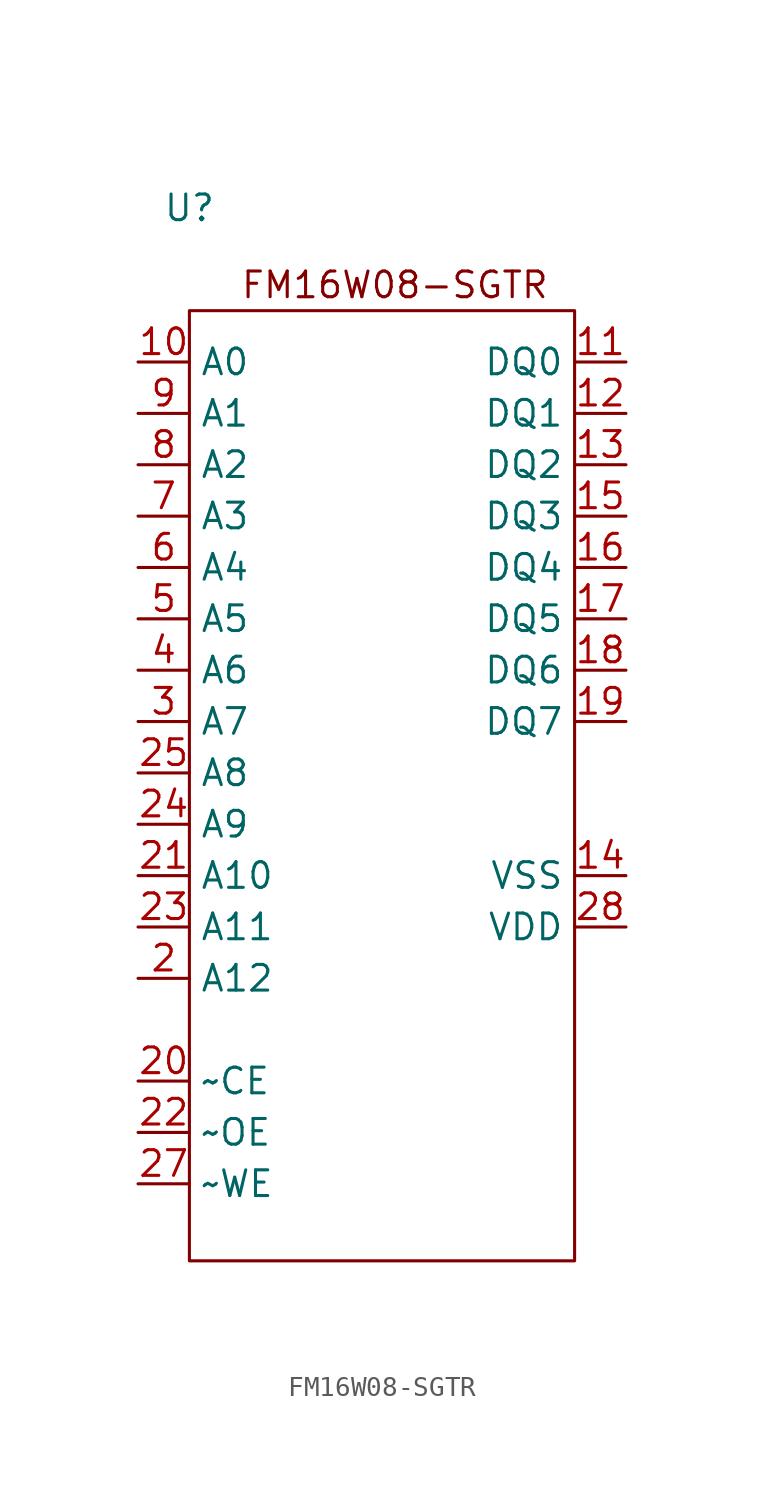
<source format=kicad_sym>
(kicad_symbol_lib
  (version 20220914)
  (generator kicad_symbol_editor)
  (symbol "FM16W08-SGTR"
    (property "Reference" "U"
      (at 0 3.81 0)
      (effects (font (size 1.27 1.27))))
    (property "Value" ""
      (at 0 0 0)
      (effects (font (size 1.27 1.27))))
    (symbol "FM16W08-SGTR_0_1"
      (rectangle (start 0 -1.27) (end 19.05 -48.26) (stroke (width 0) (type default)) (fill (type none)))
      (text "FM16W08-SGTR" (at 10.16 0 0) (effects (font (size 1.27 1.27)))))
    (symbol "FM16W08-SGTR_1_1"
      (pin no_connect line (at 21.59 -40.64 180) (length 2.54) hide (name "NC" (effects (font (size 1.27 1.27)))) (number "1" (effects (font (size 1.27 1.27)))))
      (pin input line (at -2.54 -3.81 0) (length 2.54) (name "A0" (effects (font (size 1.27 1.27)))) (number "10" (effects (font (size 1.27 1.27)))))
      (pin bidirectional line (at 21.59 -3.81 180) (length 2.54) (name "DQ0" (effects (font (size 1.27 1.27)))) (number "11" (effects (font (size 1.27 1.27)))))
      (pin bidirectional line (at 21.59 -6.35 180) (length 2.54) (name "DQ1" (effects (font (size 1.27 1.27)))) (number "12" (effects (font (size 1.27 1.27)))))
      (pin bidirectional line (at 21.59 -8.89 180) (length 2.54) (name "DQ2" (effects (font (size 1.27 1.27)))) (number "13" (effects (font (size 1.27 1.27)))))
      (pin power_in line (at 21.59 -29.21 180) (length 2.54) (name "VSS" (effects (font (size 1.27 1.27)))) (number "14" (effects (font (size 1.27 1.27)))))
      (pin bidirectional line (at 21.59 -11.43 180) (length 2.54) (name "DQ3" (effects (font (size 1.27 1.27)))) (number "15" (effects (font (size 1.27 1.27)))))
      (pin bidirectional line (at 21.59 -13.97 180) (length 2.54) (name "DQ4" (effects (font (size 1.27 1.27)))) (number "16" (effects (font (size 1.27 1.27)))))
      (pin bidirectional line (at 21.59 -16.51 180) (length 2.54) (name "DQ5" (effects (font (size 1.27 1.27)))) (number "17" (effects (font (size 1.27 1.27)))))
      (pin bidirectional line (at 21.59 -19.05 180) (length 2.54) (name "DQ6" (effects (font (size 1.27 1.27)))) (number "18" (effects (font (size 1.27 1.27)))))
      (pin bidirectional line (at 21.59 -21.59 180) (length 2.54) (name "DQ7" (effects (font (size 1.27 1.27)))) (number "19" (effects (font (size 1.27 1.27)))))
      (pin input line (at -2.54 -34.29 0) (length 2.54) (name "A12" (effects (font (size 1.27 1.27)))) (number "2" (effects (font (size 1.27 1.27)))))
      (pin input line (at -2.54 -39.37 0) (length 2.54) (name "~CE" (effects (font (size 1.27 1.27)))) (number "20" (effects (font (size 1.27 1.27)))))
      (pin input line (at -2.54 -29.21 0) (length 2.54) (name "A10" (effects (font (size 1.27 1.27)))) (number "21" (effects (font (size 1.27 1.27)))))
      (pin input line (at -2.54 -41.91 0) (length 2.54) (name "~OE" (effects (font (size 1.27 1.27)))) (number "22" (effects (font (size 1.27 1.27)))))
      (pin input line (at -2.54 -31.75 0) (length 2.54) (name "A11" (effects (font (size 1.27 1.27)))) (number "23" (effects (font (size 1.27 1.27)))))
      (pin input line (at -2.54 -26.67 0) (length 2.54) (name "A9" (effects (font (size 1.27 1.27)))) (number "24" (effects (font (size 1.27 1.27)))))
      (pin input line (at -2.54 -24.13 0) (length 2.54) (name "A8" (effects (font (size 1.27 1.27)))) (number "25" (effects (font (size 1.27 1.27)))))
      (pin no_connect line (at 21.59 -38.1 180) (length 2.54) hide (name "NC" (effects (font (size 1.27 1.27)))) (number "26" (effects (font (size 1.27 1.27)))))
      (pin input line (at -2.54 -44.45 0) (length 2.54) (name "~WE" (effects (font (size 1.27 1.27)))) (number "27" (effects (font (size 1.27 1.27)))))
      (pin power_in line (at 21.59 -31.75 180) (length 2.54) (name "VDD" (effects (font (size 1.27 1.27)))) (number "28" (effects (font (size 1.27 1.27)))))
      (pin input line (at -2.54 -21.59 0) (length 2.54) (name "A7" (effects (font (size 1.27 1.27)))) (number "3" (effects (font (size 1.27 1.27)))))
      (pin input line (at -2.54 -19.05 0) (length 2.54) (name "A6" (effects (font (size 1.27 1.27)))) (number "4" (effects (font (size 1.27 1.27)))))
      (pin input line (at -2.54 -16.51 0) (length 2.54) (name "A5" (effects (font (size 1.27 1.27)))) (number "5" (effects (font (size 1.27 1.27)))))
      (pin input line (at -2.54 -13.97 0) (length 2.54) (name "A4" (effects (font (size 1.27 1.27)))) (number "6" (effects (font (size 1.27 1.27)))))
      (pin input line (at -2.54 -11.43 0) (length 2.54) (name "A3" (effects (font (size 1.27 1.27)))) (number "7" (effects (font (size 1.27 1.27)))))
      (pin input line (at -2.54 -8.89 0) (length 2.54) (name "A2" (effects (font (size 1.27 1.27)))) (number "8" (effects (font (size 1.27 1.27)))))
      (pin input line (at -2.54 -6.35 0) (length 2.54) (name "A1" (effects (font (size 1.27 1.27)))) (number "9" (effects (font (size 1.27 1.27))))))))
</source>
